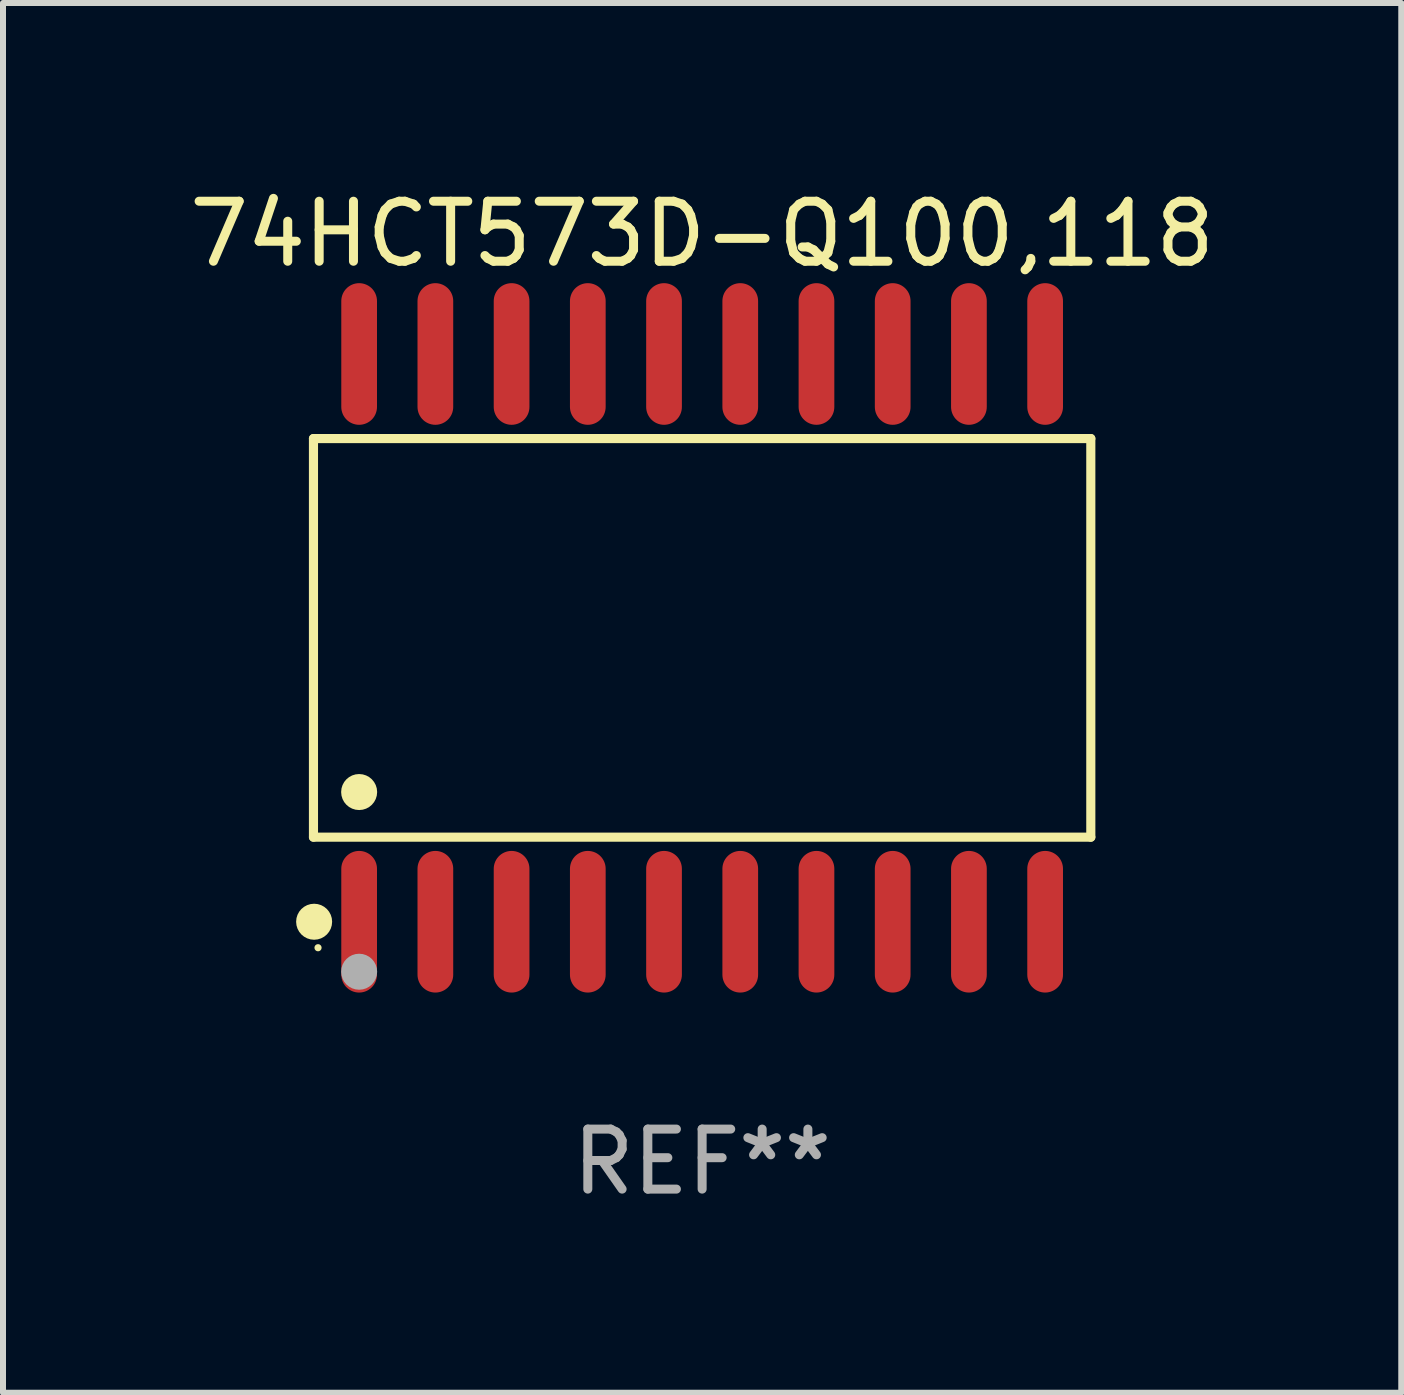
<source format=kicad_pcb>
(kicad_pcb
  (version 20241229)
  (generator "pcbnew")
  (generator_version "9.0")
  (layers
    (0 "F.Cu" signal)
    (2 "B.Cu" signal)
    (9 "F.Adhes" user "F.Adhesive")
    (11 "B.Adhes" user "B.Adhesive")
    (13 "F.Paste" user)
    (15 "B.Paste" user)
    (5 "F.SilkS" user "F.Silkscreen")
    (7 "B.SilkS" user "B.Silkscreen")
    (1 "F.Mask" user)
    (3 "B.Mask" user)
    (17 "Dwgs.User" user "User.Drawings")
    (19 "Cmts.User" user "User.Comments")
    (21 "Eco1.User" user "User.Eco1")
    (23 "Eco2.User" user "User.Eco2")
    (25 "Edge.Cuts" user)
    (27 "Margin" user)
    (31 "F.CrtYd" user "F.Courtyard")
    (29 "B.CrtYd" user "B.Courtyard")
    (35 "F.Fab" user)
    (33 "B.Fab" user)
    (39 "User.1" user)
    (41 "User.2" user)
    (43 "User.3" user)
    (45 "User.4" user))
  (footprint "74HCT573D-Q100,118"
    (layer "F.Cu")
    (at 8.649 7.578)
    (property "Reference" "74HCT573D-Q100,118" (at 0 -6.73 0) (layer "F.SilkS") (effects (font (size 1 1) (thickness 0.15))))
    (attr through_hole)
    (fp_line (start -6.476 -3.321) (end 6.476 -3.321) (stroke (width 0.152) (type solid)) (layer "F.SilkS"))
    (fp_line (start -6.476 3.321) (end -6.476 -3.321) (stroke (width 0.152) (type solid)) (layer "F.SilkS"))
    (fp_line (start 6.476 -3.321) (end 6.476 3.321) (stroke (width 0.152) (type solid)) (layer "F.SilkS"))
    (fp_line (start 6.476 3.321) (end -6.476 3.321) (stroke (width 0.152) (type solid)) (layer "F.SilkS"))
    (fp_circle (center -6.465 4.73) (end -6.315 4.73) (stroke (width 0.3) (type solid)) (fill no) (layer "F.SilkS"))
    (fp_circle (center -6.4 5.163) (end -6.37 5.163) (stroke (width 0.06) (type solid)) (fill no) (layer "F.SilkS"))
    (fp_circle (center -5.715 2.569) (end -5.565 2.569) (stroke (width 0.3) (type solid)) (fill no) (layer "F.SilkS"))
    (fp_circle (center -5.715 5.563) (end -5.565 5.563) (stroke (width 0.3) (type solid)) (fill no) (layer "F.Fab"))
    (fp_text user "REF**" (at 0 8.73 0) (layer "F.Fab") (effects (font (size 1 1) (thickness 0.15))))
    (pad "1" smd oval (at -5.715 4.73) (size 0.595 2.36) (layers "F.Cu" "F.Mask" "F.Paste"))
    (pad "2" smd oval (at -4.445 4.73) (size 0.595 2.36) (layers "F.Cu" "F.Mask" "F.Paste"))
    (pad "3" smd oval (at -3.175 4.73) (size 0.595 2.36) (layers "F.Cu" "F.Mask" "F.Paste"))
    (pad "4" smd oval (at -1.905 4.73) (size 0.595 2.36) (layers "F.Cu" "F.Mask" "F.Paste"))
    (pad "5" smd oval (at -0.635 4.73) (size 0.595 2.36) (layers "F.Cu" "F.Mask" "F.Paste"))
    (pad "6" smd oval (at 0.635 4.73) (size 0.595 2.36) (layers "F.Cu" "F.Mask" "F.Paste"))
    (pad "7" smd oval (at 1.905 4.73) (size 0.595 2.36) (layers "F.Cu" "F.Mask" "F.Paste"))
    (pad "8" smd oval (at 3.175 4.73) (size 0.595 2.36) (layers "F.Cu" "F.Mask" "F.Paste"))
    (pad "9" smd oval (at 4.445 4.73) (size 0.595 2.36) (layers "F.Cu" "F.Mask" "F.Paste"))
    (pad "10" smd oval (at 5.715 4.73) (size 0.595 2.36) (layers "F.Cu" "F.Mask" "F.Paste"))
    (pad "11" smd oval (at 5.715 -4.73) (size 0.595 2.36) (layers "F.Cu" "F.Mask" "F.Paste"))
    (pad "12" smd oval (at 4.445 -4.73) (size 0.595 2.36) (layers "F.Cu" "F.Mask" "F.Paste"))
    (pad "13" smd oval (at 3.175 -4.73) (size 0.595 2.36) (layers "F.Cu" "F.Mask" "F.Paste"))
    (pad "14" smd oval (at 1.905 -4.73) (size 0.595 2.36) (layers "F.Cu" "F.Mask" "F.Paste"))
    (pad "15" smd oval (at 0.635 -4.73) (size 0.595 2.36) (layers "F.Cu" "F.Mask" "F.Paste"))
    (pad "16" smd oval (at -0.635 -4.73) (size 0.595 2.36) (layers "F.Cu" "F.Mask" "F.Paste"))
    (pad "17" smd oval (at -1.905 -4.73) (size 0.595 2.36) (layers "F.Cu" "F.Mask" "F.Paste"))
    (pad "18" smd oval (at -3.175 -4.73) (size 0.595 2.36) (layers "F.Cu" "F.Mask" "F.Paste"))
    (pad "19" smd oval (at -4.445 -4.73) (size 0.595 2.36) (layers "F.Cu" "F.Mask" "F.Paste"))
    (pad "20" smd oval (at -5.715 -4.73) (size 0.595 2.36) (layers "F.Cu" "F.Mask" "F.Paste")))
  (gr_rect
    (start -3 -3)
    (end 20.298 20.156)
    (stroke (width 0.1) (type default))
    (fill no)
    (layer "Edge.Cuts")))
</source>
